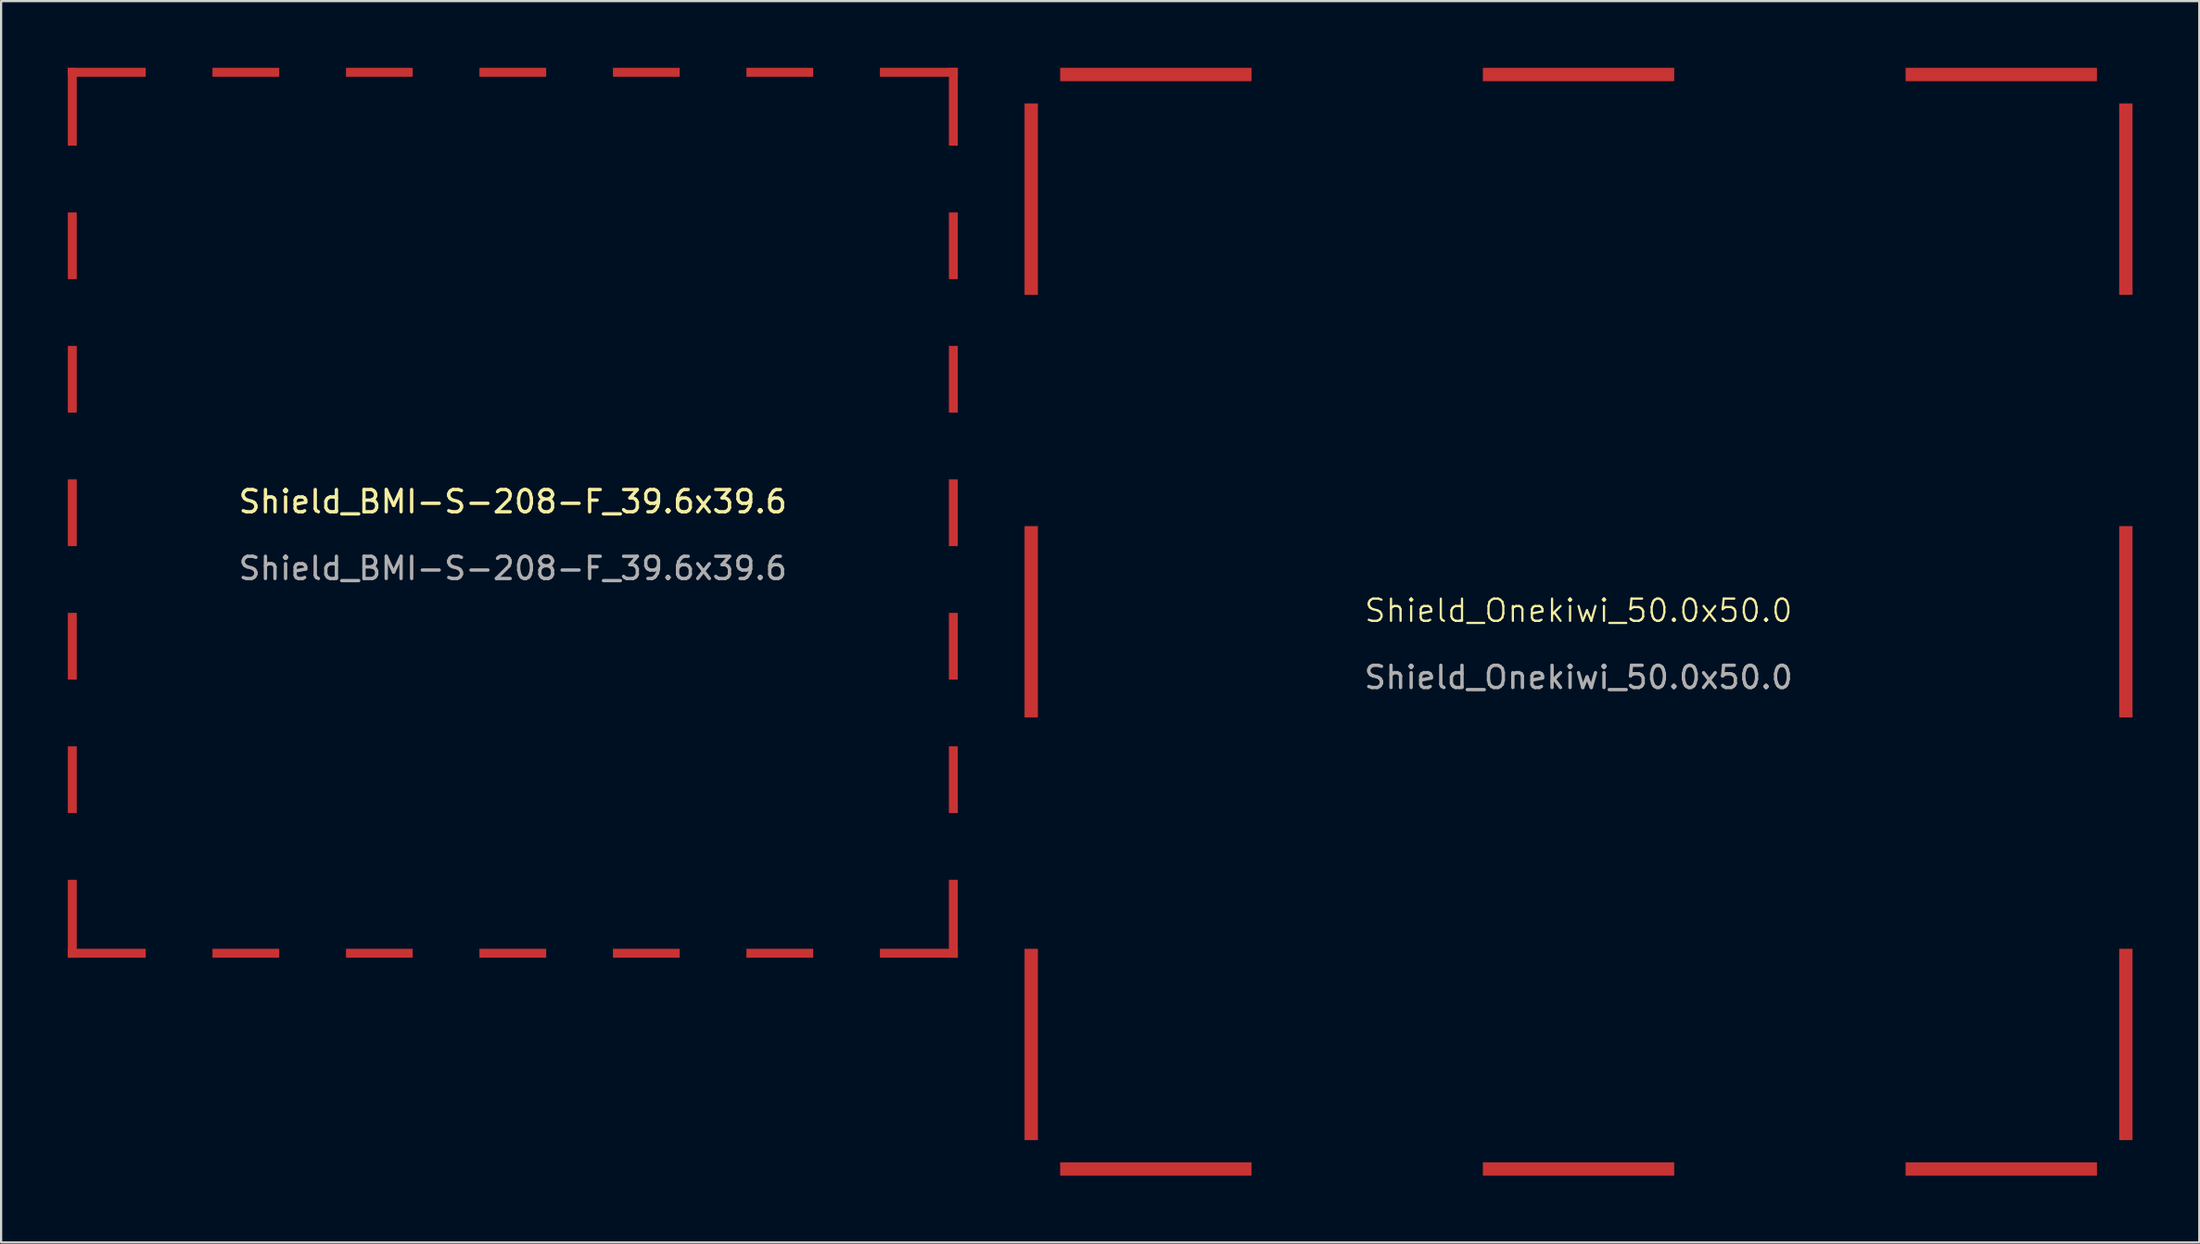
<source format=kicad_pcb>
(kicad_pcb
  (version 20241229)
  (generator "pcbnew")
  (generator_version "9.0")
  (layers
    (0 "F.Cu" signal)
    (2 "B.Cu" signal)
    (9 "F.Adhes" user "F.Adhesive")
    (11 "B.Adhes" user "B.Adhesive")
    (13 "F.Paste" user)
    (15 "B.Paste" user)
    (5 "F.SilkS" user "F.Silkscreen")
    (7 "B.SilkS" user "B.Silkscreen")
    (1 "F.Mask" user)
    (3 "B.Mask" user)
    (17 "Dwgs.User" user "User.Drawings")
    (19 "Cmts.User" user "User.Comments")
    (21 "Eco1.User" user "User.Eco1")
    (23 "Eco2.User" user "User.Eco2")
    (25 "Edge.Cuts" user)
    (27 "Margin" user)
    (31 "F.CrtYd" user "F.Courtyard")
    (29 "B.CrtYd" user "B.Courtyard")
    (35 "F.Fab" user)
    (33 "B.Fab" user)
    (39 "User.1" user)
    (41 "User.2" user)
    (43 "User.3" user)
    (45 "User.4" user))
  (footprint "Shield_Onekiwi_50.0x50.0"
    (layer "F.Cu")
    (at 67.9 24.9)
    (property "Reference" "Shield_Onekiwi_50.0x50.0" (at 0 -0.5 0) (unlocked yes) (layer "F.SilkS") (effects (font (size 1 1) (thickness 0.1))))
    (attr smd)
    (fp_text user "${REFERENCE}" (at 0 2.5 0) (unlocked yes) (layer "F.Fab") (effects (font (size 1 1) (thickness 0.15))))
    (pad "1" smd rect (at -24.6 -19) (size 0.6 8.6) (layers "F.Cu" "F.Mask" "F.Paste"))
    (pad "1" smd rect (at -24.6 0) (size 0.6 8.6) (layers "F.Cu" "F.Mask" "F.Paste"))
    (pad "1" smd rect (at -24.6 19) (size 0.6 8.6) (layers "F.Cu" "F.Mask" "F.Paste"))
    (pad "1" smd rect (at -19 -24.6) (size 8.6 0.6) (layers "F.Cu" "F.Mask" "F.Paste"))
    (pad "1" smd rect (at -19 24.6) (size 8.6 0.6) (layers "F.Cu" "F.Mask" "F.Paste"))
    (pad "1" smd rect (at 0 -24.6) (size 8.6 0.6) (layers "F.Cu" "F.Mask" "F.Paste"))
    (pad "1" smd rect (at 0 24.6) (size 8.6 0.6) (layers "F.Cu" "F.Mask" "F.Paste"))
    (pad "1" smd rect (at 19 -24.6) (size 8.6 0.6) (layers "F.Cu" "F.Mask" "F.Paste"))
    (pad "1" smd rect (at 19 24.6) (size 8.6 0.6) (layers "F.Cu" "F.Mask" "F.Paste"))
    (pad "1" smd rect (at 24.6 -19) (size 0.6 8.6) (layers "F.Cu" "F.Mask" "F.Paste"))
    (pad "1" smd rect (at 24.6 0) (size 0.6 8.6) (layers "F.Cu" "F.Mask" "F.Paste"))
    (pad "1" smd rect (at 24.6 19) (size 0.6 8.6) (layers "F.Cu" "F.Mask" "F.Paste")))
  (footprint "Shield_BMI-S-208-F_39.6x39.6"
    (layer "F.Cu")
    (at 20 20)
    (property "Reference" "Shield_BMI-S-208-F_39.6x39.6" (at 0 -0.5 0) (unlocked yes) (layer "F.SilkS") (effects (font (size 1 1) (thickness 0.15))))
    (attr smd)
    (fp_text user "${REFERENCE}" (at 0 2.5 0) (unlocked yes) (layer "F.Fab") (effects (font (size 1 1) (thickness 0.15))))
    (pad "" smd rect (at -19.8 -12 270) (size 3 0.4) (layers "F.Cu" "F.Mask" "F.Paste"))
    (pad "" smd rect (at -19.8 -6 270) (size 3 0.4) (layers "F.Cu" "F.Mask" "F.Paste"))
    (pad "" smd rect (at -19.8 0 270) (size 3 0.4) (layers "F.Cu" "F.Mask" "F.Paste"))
    (pad "" smd rect (at -19.8 6 270) (size 3 0.4) (layers "F.Cu" "F.Mask" "F.Paste"))
    (pad "" smd rect (at -19.8 12 270) (size 3 0.4) (layers "F.Cu" "F.Mask" "F.Paste"))
    (pad "" smd rect (at -12 -19.8 180) (size 3 0.4) (layers "F.Cu" "F.Mask" "F.Paste"))
    (pad "" smd rect (at -12 19.8 180) (size 3 0.4) (layers "F.Cu" "F.Mask" "F.Paste"))
    (pad "" smd rect (at -6 -19.8 180) (size 3 0.4) (layers "F.Cu" "F.Mask" "F.Paste"))
    (pad "" smd rect (at -6 19.8 180) (size 3 0.4) (layers "F.Cu" "F.Mask" "F.Paste"))
    (pad "" smd rect (at 0 -19.8 180) (size 3 0.4) (layers "F.Cu" "F.Mask" "F.Paste"))
    (pad "" smd rect (at 0 19.8 180) (size 3 0.4) (layers "F.Cu" "F.Mask" "F.Paste"))
    (pad "" smd rect (at 6 -19.8 180) (size 3 0.4) (layers "F.Cu" "F.Mask" "F.Paste"))
    (pad "" smd rect (at 6 19.8 180) (size 3 0.4) (layers "F.Cu" "F.Mask" "F.Paste"))
    (pad "" smd rect (at 12 -19.8 180) (size 3 0.4) (layers "F.Cu" "F.Mask" "F.Paste"))
    (pad "" smd rect (at 12 19.8 180) (size 3 0.4) (layers "F.Cu" "F.Mask" "F.Paste"))
    (pad "" smd rect (at 19.8 -12 270) (size 3 0.4) (layers "F.Cu" "F.Mask" "F.Paste"))
    (pad "" smd rect (at 19.8 -6 270) (size 3 0.4) (layers "F.Cu" "F.Mask" "F.Paste"))
    (pad "" smd rect (at 19.8 0 270) (size 3 0.4) (layers "F.Cu" "F.Mask" "F.Paste"))
    (pad "" smd rect (at 19.8 6 270) (size 3 0.4) (layers "F.Cu" "F.Mask" "F.Paste"))
    (pad "" smd rect (at 19.8 12 270) (size 3 0.4) (layers "F.Cu" "F.Mask" "F.Paste"))
    (pad "1" smd rect (at -19.8 -18.25 90) (size 3.5 0.4) (layers "F.Cu" "F.Mask" "F.Paste"))
    (pad "1" smd rect (at -19.8 18.25 90) (size 3.5 0.4) (layers "F.Cu" "F.Mask" "F.Paste"))
    (pad "1" smd rect (at -18.25 -19.8 180) (size 3.5 0.4) (layers "F.Cu" "F.Mask" "F.Paste"))
    (pad "1" smd rect (at -18.25 19.8 180) (size 3.5 0.4) (layers "F.Cu" "F.Mask" "F.Paste"))
    (pad "1" smd rect (at 18.25 -19.8 180) (size 3.5 0.4) (layers "F.Cu" "F.Mask" "F.Paste"))
    (pad "1" smd rect (at 18.25 19.8 180) (size 3.5 0.4) (layers "F.Cu" "F.Mask" "F.Paste"))
    (pad "1" smd rect (at 19.8 -18.25 90) (size 3.5 0.4) (layers "F.Cu" "F.Mask" "F.Paste"))
    (pad "1" smd rect (at 19.8 18.25 90) (size 3.5 0.4) (layers "F.Cu" "F.Mask" "F.Paste")))
  (gr_rect
    (start -3 -3)
    (end 95.8 52.8)
    (stroke (width 0.1) (type default))
    (fill no)
    (layer "Edge.Cuts")))
</source>
